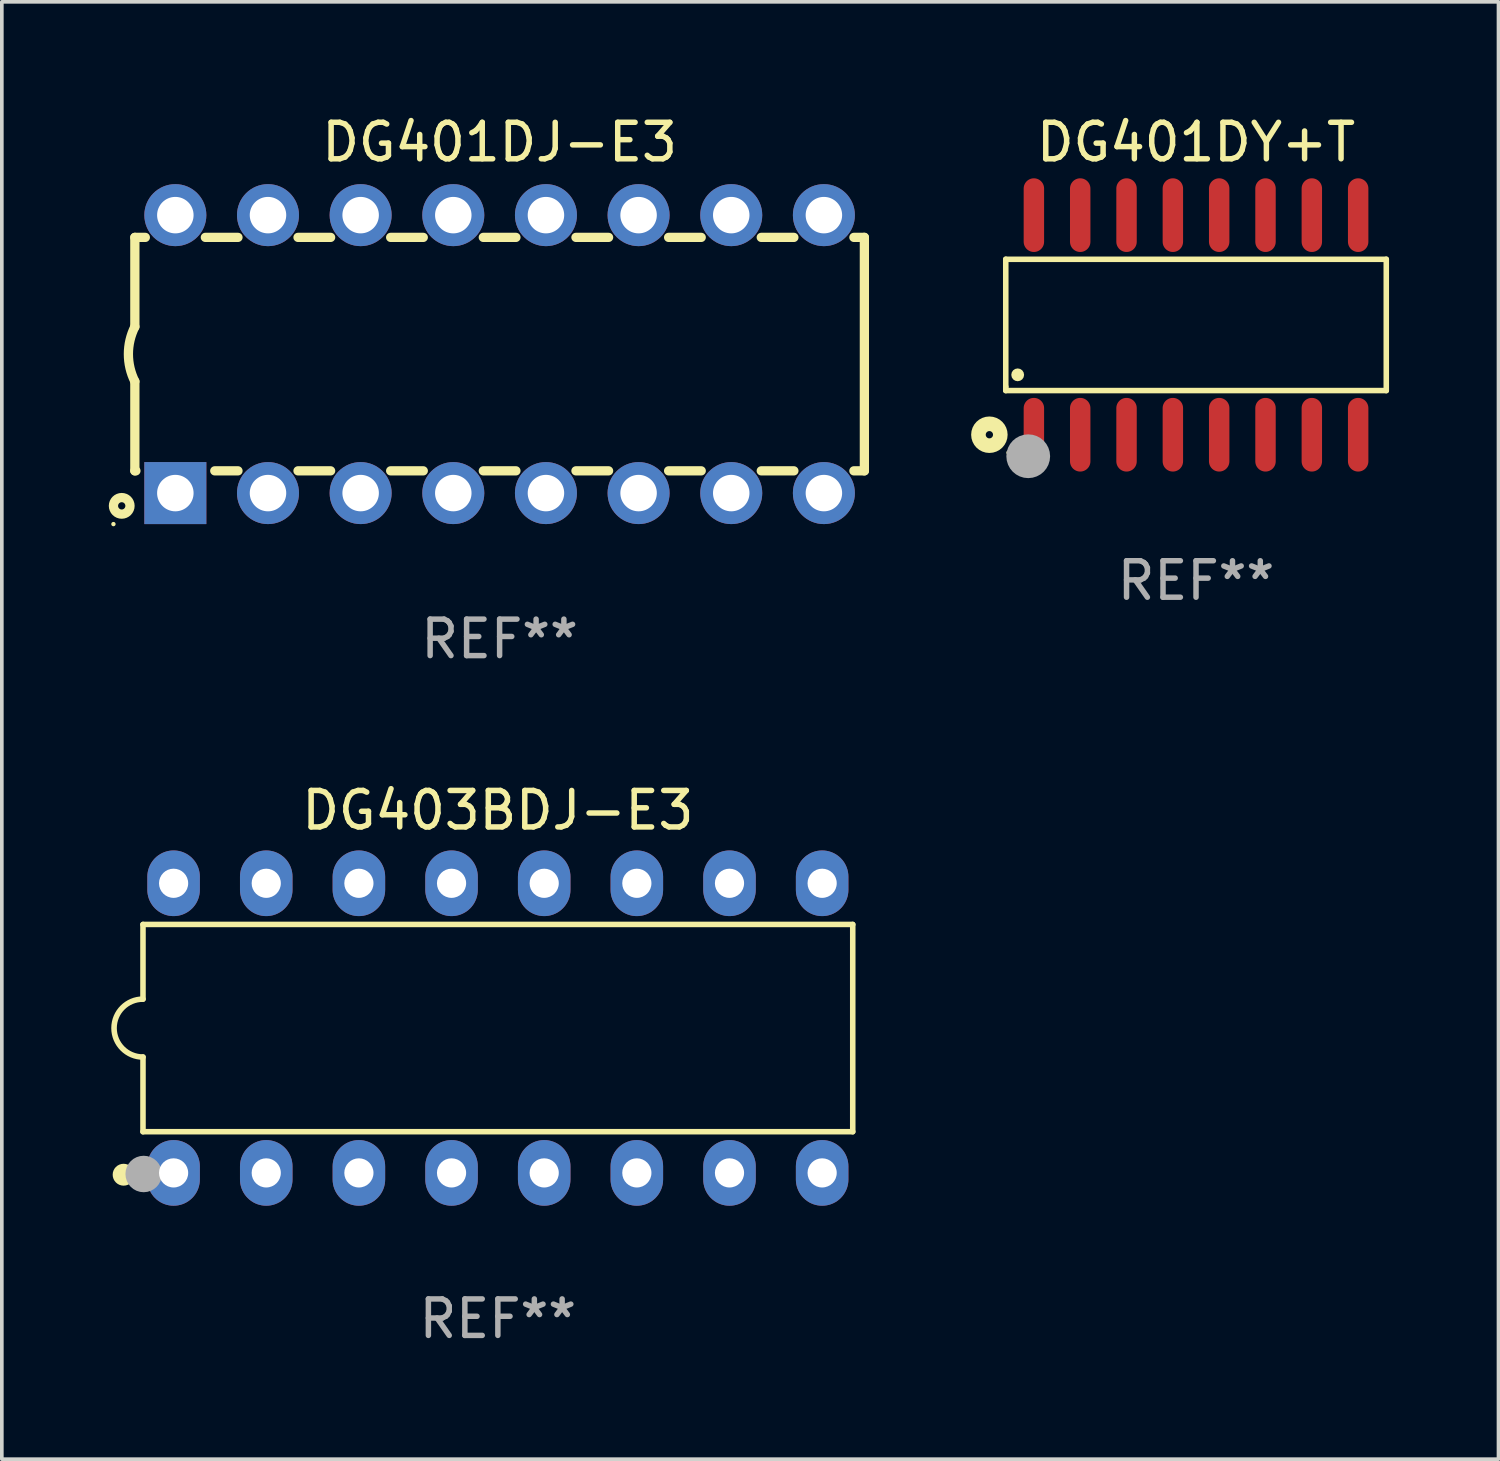
<source format=kicad_pcb>
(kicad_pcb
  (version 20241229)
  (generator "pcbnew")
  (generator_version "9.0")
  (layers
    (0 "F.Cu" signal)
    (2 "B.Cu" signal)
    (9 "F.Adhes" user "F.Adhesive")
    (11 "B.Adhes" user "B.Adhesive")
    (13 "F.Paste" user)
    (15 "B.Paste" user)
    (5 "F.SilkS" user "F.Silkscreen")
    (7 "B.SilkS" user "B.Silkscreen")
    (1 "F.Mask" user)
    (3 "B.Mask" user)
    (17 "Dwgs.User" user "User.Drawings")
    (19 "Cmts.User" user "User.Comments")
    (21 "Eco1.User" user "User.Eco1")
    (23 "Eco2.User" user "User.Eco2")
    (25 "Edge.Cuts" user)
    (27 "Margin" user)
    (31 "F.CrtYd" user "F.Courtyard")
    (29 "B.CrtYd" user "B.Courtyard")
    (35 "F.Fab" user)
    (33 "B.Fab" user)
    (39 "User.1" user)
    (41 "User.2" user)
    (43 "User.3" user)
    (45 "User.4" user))
  (footprint "DG401DY+T"
    (layer "F.Cu")
    (at 29.739 5.858)
    (property "Reference" "DG401DY+T" (at 0 -5.01 0) (layer "F.SilkS") (effects (font (size 1 1) (thickness 0.15))))
    (attr through_hole)
    (fp_line (start -5.216 -1.8) (end 5.216 -1.8) (stroke (width 0.152) (type solid)) (layer "F.SilkS"))
    (fp_line (start -5.216 1.695) (end -5.216 -1.8) (stroke (width 0.152) (type solid)) (layer "F.SilkS"))
    (fp_line (start -5.216 1.8) (end -5.216 1.695) (stroke (width 0.152) (type solid)) (layer "F.SilkS"))
    (fp_line (start 5.216 -1.8) (end 5.216 1.8) (stroke (width 0.152) (type solid)) (layer "F.SilkS"))
    (fp_line (start 5.216 1.8) (end -5.216 1.8) (stroke (width 0.152) (type solid)) (layer "F.SilkS"))
    (fp_circle (center -5.665 3.01) (end -5.565 3.01) (stroke (width 0.4) (type solid)) (fill no) (layer "F.SilkS"))
    (fp_circle (center -5.14 3.5) (end -5.11 3.5) (stroke (width 0.06) (type solid)) (fill no) (layer "F.SilkS"))
    (fp_circle (center -4.889 1.368) (end -4.801 1.368) (stroke (width 0.175) (type solid)) (fill no) (layer "F.SilkS"))
    (fp_circle (center -4.6 3.6) (end -4.3 3.6) (stroke (width 0.6) (type solid)) (fill no) (layer "F.Fab"))
    (fp_text user "REF**" (at 0 7.01 0) (layer "F.Fab") (effects (font (size 1 1) (thickness 0.15))))
    (pad "1" smd oval (at -4.445 3.01) (size 0.56 2.02) (layers "F.Cu" "F.Mask" "F.Paste"))
    (pad "2" smd oval (at -3.175 3.01) (size 0.56 2.02) (layers "F.Cu" "F.Mask" "F.Paste"))
    (pad "3" smd oval (at -1.905 3.01) (size 0.56 2.02) (layers "F.Cu" "F.Mask" "F.Paste"))
    (pad "4" smd oval (at -0.635 3.01) (size 0.56 2.02) (layers "F.Cu" "F.Mask" "F.Paste"))
    (pad "5" smd oval (at 0.635 3.01) (size 0.56 2.02) (layers "F.Cu" "F.Mask" "F.Paste"))
    (pad "6" smd oval (at 1.905 3.01) (size 0.56 2.02) (layers "F.Cu" "F.Mask" "F.Paste"))
    (pad "7" smd oval (at 3.175 3.01) (size 0.56 2.02) (layers "F.Cu" "F.Mask" "F.Paste"))
    (pad "8" smd oval (at 4.445 3.01) (size 0.56 2.02) (layers "F.Cu" "F.Mask" "F.Paste"))
    (pad "9" smd oval (at 4.445 -3.01) (size 0.56 2.02) (layers "F.Cu" "F.Mask" "F.Paste"))
    (pad "10" smd oval (at 3.175 -3.01) (size 0.56 2.02) (layers "F.Cu" "F.Mask" "F.Paste"))
    (pad "11" smd oval (at 1.905 -3.01) (size 0.56 2.02) (layers "F.Cu" "F.Mask" "F.Paste"))
    (pad "12" smd oval (at 0.635 -3.01) (size 0.56 2.02) (layers "F.Cu" "F.Mask" "F.Paste"))
    (pad "13" smd oval (at -0.635 -3.01) (size 0.56 2.02) (layers "F.Cu" "F.Mask" "F.Paste"))
    (pad "14" smd oval (at -1.905 -3.01) (size 0.56 2.02) (layers "F.Cu" "F.Mask" "F.Paste"))
    (pad "15" smd oval (at -3.175 -3.01) (size 0.56 2.02) (layers "F.Cu" "F.Mask" "F.Paste"))
    (pad "16" smd oval (at -4.445 -3.01) (size 0.56 2.02) (layers "F.Cu" "F.Mask" "F.Paste")))
  (footprint "DG401DJ-E3"
    (layer "F.Cu")
    (at 10.647 6.658)
    (property "Reference" "DG401DJ-E3" (at 0 -5.81 0) (layer "F.SilkS") (effects (font (size 1 1) (thickness 0.15))))
    (attr through_hole)
    (fp_line (start -10 -3.2) (end -10 -0.75) (stroke (width 0.254) (type solid)) (layer "F.SilkS"))
    (fp_line (start -10 -3.2) (end -9.713 -3.2) (stroke (width 0.254) (type solid)) (layer "F.SilkS"))
    (fp_line (start -10 3.2) (end -10 0.75) (stroke (width 0.254) (type solid)) (layer "F.SilkS"))
    (fp_line (start -10 3.2) (end -9.971 3.2) (stroke (width 0.254) (type solid)) (layer "F.SilkS"))
    (fp_line (start -8.067 -3.2) (end -7.173 -3.2) (stroke (width 0.254) (type solid)) (layer "F.SilkS"))
    (fp_line (start -7.809 3.2) (end -7.173 3.2) (stroke (width 0.254) (type solid)) (layer "F.SilkS"))
    (fp_line (start -5.527 3.2) (end -4.633 3.2) (stroke (width 0.254) (type solid)) (layer "F.SilkS"))
    (fp_line (start -5.527 -3.2) (end -4.633 -3.2) (stroke (width 0.254) (type solid)) (layer "F.SilkS"))
    (fp_line (start -2.987 3.2) (end -2.093 3.2) (stroke (width 0.254) (type solid)) (layer "F.SilkS"))
    (fp_line (start -2.987 -3.2) (end -2.093 -3.2) (stroke (width 0.254) (type solid)) (layer "F.SilkS"))
    (fp_line (start -0.447 3.2) (end 0.447 3.2) (stroke (width 0.254) (type solid)) (layer "F.SilkS"))
    (fp_line (start -0.447 -3.2) (end 0.447 -3.2) (stroke (width 0.254) (type solid)) (layer "F.SilkS"))
    (fp_line (start 2.093 3.2) (end 2.987 3.2) (stroke (width 0.254) (type solid)) (layer "F.SilkS"))
    (fp_line (start 2.093 -3.2) (end 2.987 -3.2) (stroke (width 0.254) (type solid)) (layer "F.SilkS"))
    (fp_line (start 4.633 3.2) (end 5.527 3.2) (stroke (width 0.254) (type solid)) (layer "F.SilkS"))
    (fp_line (start 4.633 -3.2) (end 5.527 -3.2) (stroke (width 0.254) (type solid)) (layer "F.SilkS"))
    (fp_line (start 7.173 3.2) (end 8.067 3.2) (stroke (width 0.254) (type solid)) (layer "F.SilkS"))
    (fp_line (start 7.173 -3.2) (end 8.067 -3.2) (stroke (width 0.254) (type solid)) (layer "F.SilkS"))
    (fp_line (start 9.713 3.2) (end 10 3.2) (stroke (width 0.254) (type solid)) (layer "F.SilkS"))
    (fp_line (start 9.713 -3.2) (end 10 -3.2) (stroke (width 0.254) (type solid)) (layer "F.SilkS"))
    (fp_line (start 10 -3.2) (end 10 3.2) (stroke (width 0.254) (type solid)) (layer "F.SilkS"))
    (fp_arc (start -10 0.748793) (mid -10.176918 -0.000607) (end -10.000025 -0.750013) (stroke (width 0.254001) (type solid)) (layer "F.SilkS"))
    (fp_circle (center -10.587 4.66) (end -10.557 4.66) (stroke (width 0.06) (type solid)) (fill no) (layer "F.SilkS"))
    (fp_circle (center -10.36 4.16) (end -10.26 4.16) (stroke (width 0.254) (type solid)) (fill no) (layer "F.SilkS"))
    (fp_text user "REF**" (at 0 7.81 0) (layer "F.Fab") (effects (font (size 1 1) (thickness 0.15))))
    (pad "1" thru_hole rect (at -8.89 3.81 90) (size 1.7 1.7) (drill 1) (layers "*.Cu" "*.Mask"))
    (pad "2" thru_hole circle (at -6.35 3.81) (size 1.7 1.7) (drill 1) (layers "*.Cu" "*.Mask"))
    (pad "3" thru_hole circle (at -3.81 3.81) (size 1.7 1.7) (drill 1) (layers "*.Cu" "*.Mask"))
    (pad "4" thru_hole circle (at -1.27 3.81) (size 1.7 1.7) (drill 1) (layers "*.Cu" "*.Mask"))
    (pad "5" thru_hole circle (at 1.27 3.81) (size 1.7 1.7) (drill 1) (layers "*.Cu" "*.Mask"))
    (pad "6" thru_hole circle (at 3.81 3.81) (size 1.7 1.7) (drill 1) (layers "*.Cu" "*.Mask"))
    (pad "7" thru_hole circle (at 6.35 3.81) (size 1.7 1.7) (drill 1) (layers "*.Cu" "*.Mask"))
    (pad "8" thru_hole circle (at 8.89 3.81) (size 1.7 1.7) (drill 1) (layers "*.Cu" "*.Mask"))
    (pad "9" thru_hole circle (at 8.89 -3.81) (size 1.7 1.7) (drill 1) (layers "*.Cu" "*.Mask"))
    (pad "10" thru_hole circle (at 6.35 -3.81) (size 1.7 1.7) (drill 1) (layers "*.Cu" "*.Mask"))
    (pad "11" thru_hole circle (at 3.81 -3.81) (size 1.7 1.7) (drill 1) (layers "*.Cu" "*.Mask"))
    (pad "12" thru_hole circle (at 1.27 -3.81) (size 1.7 1.7) (drill 1) (layers "*.Cu" "*.Mask"))
    (pad "13" thru_hole circle (at -1.27 -3.81) (size 1.7 1.7) (drill 1) (layers "*.Cu" "*.Mask"))
    (pad "14" thru_hole circle (at -3.81 -3.81) (size 1.7 1.7) (drill 1) (layers "*.Cu" "*.Mask"))
    (pad "15" thru_hole circle (at -6.35 -3.81) (size 1.7 1.7) (drill 1) (layers "*.Cu" "*.Mask"))
    (pad "16" thru_hole circle (at -8.89 -3.81) (size 1.7 1.7) (drill 1) (layers "*.Cu" "*.Mask")))
  (footprint "DG403BDJ-E3"
    (layer "F.Cu")
    (at 10.599 25.135)
    (property "Reference" "DG403BDJ-E3" (at 0 -5.97 0) (layer "F.SilkS") (effects (font (size 1 1) (thickness 0.15))))
    (attr through_hole)
    (fp_line (start -9.729 -2.841) (end -9.729 -0.794) (stroke (width 0.152) (type solid)) (layer "F.SilkS"))
    (fp_line (start -9.729 0.794) (end -9.729 2.841) (stroke (width 0.152) (type solid)) (layer "F.SilkS"))
    (fp_line (start -9.729 2.841) (end 9.729 2.841) (stroke (width 0.152) (type solid)) (layer "F.SilkS"))
    (fp_line (start 9.729 -2.841) (end -9.729 -2.841) (stroke (width 0.152) (type solid)) (layer "F.SilkS"))
    (fp_line (start 9.729 2.841) (end 9.729 -2.841) (stroke (width 0.152) (type solid)) (layer "F.SilkS"))
    (fp_arc (start -9.7287 0.793749) (mid -10.522449 0) (end -9.7287 -0.793749) (stroke (width 0.1524) (type solid)) (layer "F.SilkS"))
    (fp_circle (center -10.26 4.02) (end -10.11 4.02) (stroke (width 0.3) (type solid)) (fill no) (layer "F.SilkS"))
    (fp_circle (center -9.653 4.23) (end -9.623 4.23) (stroke (width 0.06) (type solid)) (fill no) (layer "F.SilkS"))
    (fp_circle (center -9.71 4) (end -9.46 4) (stroke (width 0.5) (type solid)) (fill no) (layer "F.Fab"))
    (fp_text user "REF**" (at 0 7.97 0) (layer "F.Fab") (effects (font (size 1 1) (thickness 0.15))))
    (pad "1" thru_hole oval (at -8.89 3.97) (size 1.44 1.8) (drill 0.8) (layers "*.Cu" "*.Mask"))
    (pad "2" thru_hole oval (at -6.35 3.97) (size 1.44 1.8) (drill 0.8) (layers "*.Cu" "*.Mask"))
    (pad "3" thru_hole oval (at -3.81 3.97) (size 1.44 1.8) (drill 0.8) (layers "*.Cu" "*.Mask"))
    (pad "4" thru_hole oval (at -1.27 3.97) (size 1.44 1.8) (drill 0.8) (layers "*.Cu" "*.Mask"))
    (pad "5" thru_hole oval (at 1.27 3.97) (size 1.44 1.8) (drill 0.8) (layers "*.Cu" "*.Mask"))
    (pad "6" thru_hole oval (at 3.81 3.97) (size 1.44 1.8) (drill 0.8) (layers "*.Cu" "*.Mask"))
    (pad "7" thru_hole oval (at 6.35 3.97) (size 1.44 1.8) (drill 0.8) (layers "*.Cu" "*.Mask"))
    (pad "8" thru_hole oval (at 8.89 3.97) (size 1.44 1.8) (drill 0.8) (layers "*.Cu" "*.Mask"))
    (pad "9" thru_hole oval (at 8.89 -3.97) (size 1.44 1.8) (drill 0.8) (layers "*.Cu" "*.Mask"))
    (pad "10" thru_hole oval (at 6.35 -3.97) (size 1.44 1.8) (drill 0.8) (layers "*.Cu" "*.Mask"))
    (pad "11" thru_hole oval (at 3.81 -3.97) (size 1.44 1.8) (drill 0.8) (layers "*.Cu" "*.Mask"))
    (pad "12" thru_hole oval (at 1.27 -3.97) (size 1.44 1.8) (drill 0.8) (layers "*.Cu" "*.Mask"))
    (pad "13" thru_hole oval (at -1.27 -3.97) (size 1.44 1.8) (drill 0.8) (layers "*.Cu" "*.Mask"))
    (pad "14" thru_hole oval (at -3.81 -3.97) (size 1.44 1.8) (drill 0.8) (layers "*.Cu" "*.Mask"))
    (pad "15" thru_hole oval (at -6.35 -3.97) (size 1.44 1.8) (drill 0.8) (layers "*.Cu" "*.Mask"))
    (pad "16" thru_hole oval (at -8.89 -3.97) (size 1.44 1.8) (drill 0.8) (layers "*.Cu" "*.Mask")))
  (gr_rect
    (start -3 -3)
    (end 38.031 36.953)
    (stroke (width 0.1) (type default))
    (fill no)
    (layer "Edge.Cuts")))
</source>
